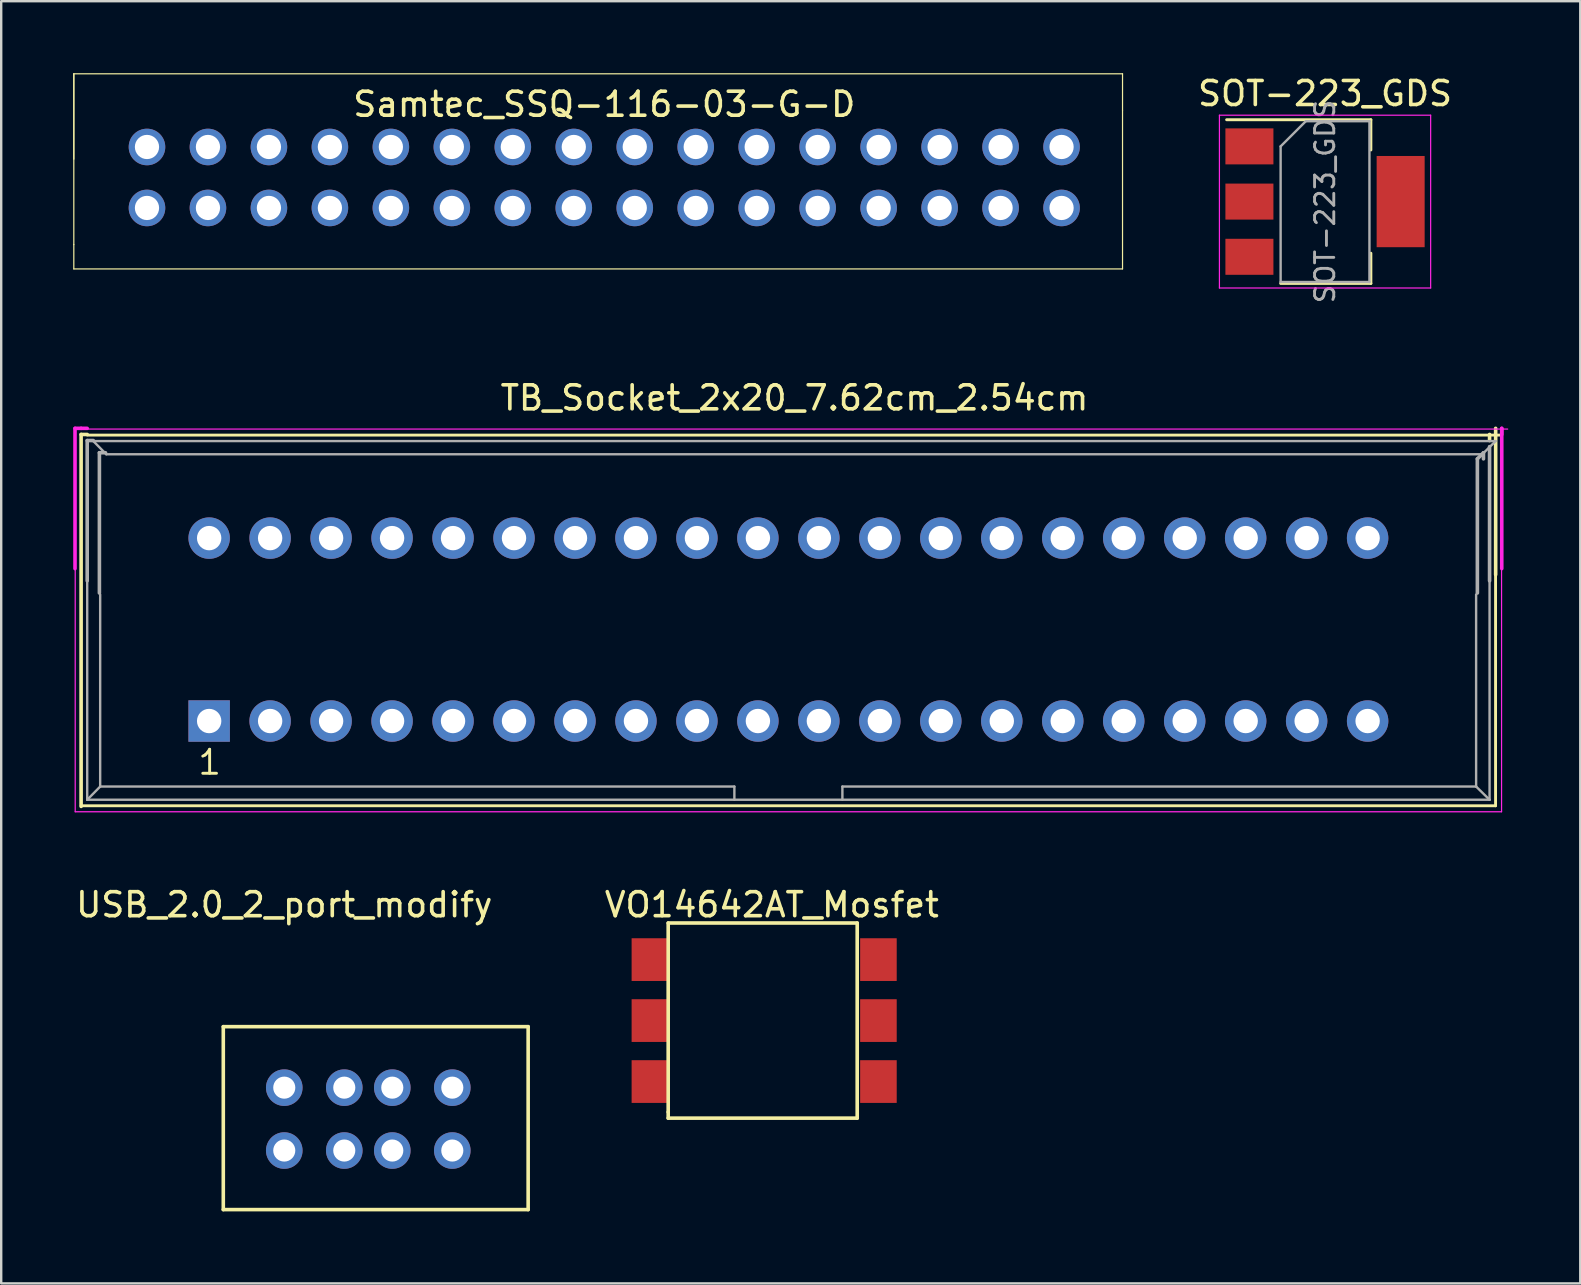
<source format=kicad_pcb>
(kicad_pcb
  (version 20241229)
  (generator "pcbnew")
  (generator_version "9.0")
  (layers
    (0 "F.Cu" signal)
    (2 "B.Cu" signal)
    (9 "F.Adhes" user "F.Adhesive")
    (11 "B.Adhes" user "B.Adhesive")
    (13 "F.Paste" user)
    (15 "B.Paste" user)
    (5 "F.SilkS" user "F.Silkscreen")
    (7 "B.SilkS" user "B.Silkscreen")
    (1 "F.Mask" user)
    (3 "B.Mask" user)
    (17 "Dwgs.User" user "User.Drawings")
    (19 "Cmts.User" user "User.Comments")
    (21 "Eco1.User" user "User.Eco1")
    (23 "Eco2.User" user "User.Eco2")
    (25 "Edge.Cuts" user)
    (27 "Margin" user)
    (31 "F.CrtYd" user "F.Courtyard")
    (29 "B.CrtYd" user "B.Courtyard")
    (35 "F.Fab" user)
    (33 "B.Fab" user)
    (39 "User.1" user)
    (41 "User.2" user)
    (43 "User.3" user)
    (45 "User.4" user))
  (footprint "TB_Socket_2x20_7.62cm_2.54cm"
    (layer "F.Cu")
    (at 5.663 26.987)
    (property "Reference" "TB_Socket_2x20_7.62cm_2.54cm" (at 24.384 -13.462 0) (layer "F.SilkS") (effects (font (size 1 1) (thickness 0.15))))
    (attr through_hole)
    (fp_line (start -5.334 -11.938) (end -5.08 -11.938) (stroke (width 0.15) (type solid)) (layer "F.SilkS"))
    (fp_line (start -5.334 3.556) (end -5.334 -11.938) (stroke (width 0.15) (type solid)) (layer "F.SilkS"))
    (fp_line (start -5.076 -11.912) (end 53.844 -11.912) (stroke (width 0.12) (type solid)) (layer "F.SilkS"))
    (fp_line (start 53.34 -11.938) (end 53.34 -11.684) (stroke (width 0.15) (type solid)) (layer "F.SilkS"))
    (fp_line (start 53.59 -6.07) (end 53.59 3.53) (stroke (width 0.12) (type solid)) (layer "F.SilkS"))
    (fp_line (start 53.59 3.53) (end -5.33 3.53) (stroke (width 0.12) (type solid)) (layer "F.SilkS"))
    (fp_line (start 53.594 -6.096) (end 53.594 -12.192) (stroke (width 0.15) (type solid)) (layer "F.SilkS"))
    (fp_line (start -5.588 -12.192) (end -5.334 -12.192) (stroke (width 0.15) (type solid)) (layer "F.CrtYd"))
    (fp_line (start -5.588 -6.35) (end -5.588 -12.192) (stroke (width 0.15) (type solid)) (layer "F.CrtYd"))
    (fp_line (start -5.58 3.78) (end -5.58 -6.32) (stroke (width 0.05) (type solid)) (layer "F.CrtYd"))
    (fp_line (start -5.334 -12.192) (end -5.08 -12.192) (stroke (width 0.15) (type solid)) (layer "F.CrtYd"))
    (fp_line (start -5.326 -12.162) (end 54.094 -12.162) (stroke (width 0.05) (type solid)) (layer "F.CrtYd"))
    (fp_line (start 53.84 -6.32) (end 53.84 3.78) (stroke (width 0.05) (type solid)) (layer "F.CrtYd"))
    (fp_line (start 53.84 3.78) (end -5.58 3.78) (stroke (width 0.05) (type solid)) (layer "F.CrtYd"))
    (fp_line (start 53.848 -12.192) (end 53.848 -11.938) (stroke (width 0.15) (type solid)) (layer "F.CrtYd"))
    (fp_line (start 53.848 -6.35) (end 53.848 -12.192) (stroke (width 0.15) (type solid)) (layer "F.CrtYd"))
    (fp_line (start -5.08 -11.684) (end -4.826 -11.684) (stroke (width 0.15) (type solid)) (layer "F.Fab"))
    (fp_line (start -5.08 -5.842) (end -5.08 -11.684) (stroke (width 0.15) (type solid)) (layer "F.Fab"))
    (fp_line (start -5.08 -5.82) (end -5.08 3.28) (stroke (width 0.1) (type solid)) (layer "F.Fab"))
    (fp_line (start -5.08 3.28) (end -4.54 2.73) (stroke (width 0.1) (type solid)) (layer "F.Fab"))
    (fp_line (start -5.08 3.28) (end 53.34 3.28) (stroke (width 0.1) (type solid)) (layer "F.Fab"))
    (fp_line (start -4.826 -11.662) (end -4.286 -11.112) (stroke (width 0.1) (type solid)) (layer "F.Fab"))
    (fp_line (start -4.826 -11.662) (end 53.594 -11.662) (stroke (width 0.1) (type solid)) (layer "F.Fab"))
    (fp_line (start -4.572 -11.176) (end -4.318 -11.176) (stroke (width 0.15) (type solid)) (layer "F.Fab"))
    (fp_line (start -4.572 -5.334) (end -4.572 -11.176) (stroke (width 0.15) (type solid)) (layer "F.Fab"))
    (fp_line (start -4.54 -5.27) (end -4.54 2.73) (stroke (width 0.1) (type solid)) (layer "F.Fab"))
    (fp_line (start -4.54 2.73) (end 21.88 2.73) (stroke (width 0.1) (type solid)) (layer "F.Fab"))
    (fp_line (start -4.286 -11.112) (end 53.034 -11.112) (stroke (width 0.1) (type solid)) (layer "F.Fab"))
    (fp_line (start 21.88 2.73) (end 21.88 3.28) (stroke (width 0.1) (type solid)) (layer "F.Fab"))
    (fp_line (start 26.38 2.73) (end 26.38 3.28) (stroke (width 0.1) (type solid)) (layer "F.Fab"))
    (fp_line (start 26.38 2.73) (end 52.78 2.73) (stroke (width 0.1) (type solid)) (layer "F.Fab"))
    (fp_line (start 52.78 -5.27) (end 52.78 2.73) (stroke (width 0.1) (type solid)) (layer "F.Fab"))
    (fp_line (start 52.832 -10.922) (end 53.086 -11.176) (stroke (width 0.15) (type solid)) (layer "F.Fab"))
    (fp_line (start 52.832 -5.334) (end 52.832 -10.922) (stroke (width 0.15) (type solid)) (layer "F.Fab"))
    (fp_line (start 53.086 -11.176) (end 53.086 -10.922) (stroke (width 0.15) (type solid)) (layer "F.Fab"))
    (fp_line (start 53.34 -5.842) (end 53.34 -11.43) (stroke (width 0.15) (type solid)) (layer "F.Fab"))
    (fp_line (start 53.34 -5.82) (end 53.34 3.28) (stroke (width 0.1) (type solid)) (layer "F.Fab"))
    (fp_line (start 53.34 3.28) (end 52.78 2.73) (stroke (width 0.1) (type solid)) (layer "F.Fab"))
    (fp_line (start 53.594 -11.662) (end 53.034 -11.112) (stroke (width 0.1) (type solid)) (layer "F.Fab"))
    (fp_text user "1" (at 0.02 1.72 0) (layer "F.SilkS") (effects (font (size 1 1) (thickness 0.12))))
    (pad "1" thru_hole rect (at 0 0) (size 1.727 1.727) (drill 1.016) (layers "*.Cu" "*.Mask"))
    (pad "2" thru_hole oval (at 0 -7.62) (size 1.727 1.727) (drill 1.016) (layers "*.Cu" "*.Mask"))
    (pad "3" thru_hole oval (at 2.54 0) (size 1.727 1.727) (drill 1.016) (layers "*.Cu" "*.Mask"))
    (pad "4" thru_hole oval (at 2.54 -7.62) (size 1.727 1.727) (drill 1.016) (layers "*.Cu" "*.Mask"))
    (pad "5" thru_hole oval (at 5.08 0) (size 1.727 1.727) (drill 1.016) (layers "*.Cu" "*.Mask"))
    (pad "6" thru_hole oval (at 5.08 -7.62) (size 1.727 1.727) (drill 1.016) (layers "*.Cu" "*.Mask"))
    (pad "7" thru_hole oval (at 7.62 0) (size 1.727 1.727) (drill 1.016) (layers "*.Cu" "*.Mask"))
    (pad "8" thru_hole oval (at 7.62 -7.62) (size 1.727 1.727) (drill 1.016) (layers "*.Cu" "*.Mask"))
    (pad "9" thru_hole oval (at 10.16 0) (size 1.727 1.727) (drill 1.016) (layers "*.Cu" "*.Mask"))
    (pad "10" thru_hole oval (at 10.16 -7.62) (size 1.727 1.727) (drill 1.016) (layers "*.Cu" "*.Mask"))
    (pad "11" thru_hole oval (at 12.7 0) (size 1.727 1.727) (drill 1.016) (layers "*.Cu" "*.Mask"))
    (pad "12" thru_hole oval (at 12.7 -7.62) (size 1.727 1.727) (drill 1.016) (layers "*.Cu" "*.Mask"))
    (pad "13" thru_hole oval (at 15.24 0) (size 1.727 1.727) (drill 1.016) (layers "*.Cu" "*.Mask"))
    (pad "14" thru_hole oval (at 15.24 -7.62) (size 1.727 1.727) (drill 1.016) (layers "*.Cu" "*.Mask"))
    (pad "15" thru_hole oval (at 17.78 0) (size 1.727 1.727) (drill 1.016) (layers "*.Cu" "*.Mask"))
    (pad "16" thru_hole oval (at 17.78 -7.62) (size 1.727 1.727) (drill 1.016) (layers "*.Cu" "*.Mask"))
    (pad "17" thru_hole oval (at 20.32 0) (size 1.727 1.727) (drill 1.016) (layers "*.Cu" "*.Mask"))
    (pad "18" thru_hole oval (at 20.32 -7.62) (size 1.727 1.727) (drill 1.016) (layers "*.Cu" "*.Mask"))
    (pad "19" thru_hole oval (at 22.86 0) (size 1.727 1.727) (drill 1.016) (layers "*.Cu" "*.Mask"))
    (pad "20" thru_hole oval (at 22.86 -7.62) (size 1.727 1.727) (drill 1.016) (layers "*.Cu" "*.Mask"))
    (pad "21" thru_hole oval (at 25.4 0) (size 1.727 1.727) (drill 1.016) (layers "*.Cu" "*.Mask"))
    (pad "22" thru_hole oval (at 25.4 -7.62) (size 1.727 1.727) (drill 1.016) (layers "*.Cu" "*.Mask"))
    (pad "23" thru_hole oval (at 27.94 0) (size 1.727 1.727) (drill 1.016) (layers "*.Cu" "*.Mask"))
    (pad "24" thru_hole oval (at 27.94 -7.62) (size 1.727 1.727) (drill 1.016) (layers "*.Cu" "*.Mask"))
    (pad "25" thru_hole oval (at 30.48 0) (size 1.727 1.727) (drill 1.016) (layers "*.Cu" "*.Mask"))
    (pad "26" thru_hole oval (at 30.48 -7.62) (size 1.727 1.727) (drill 1.016) (layers "*.Cu" "*.Mask"))
    (pad "27" thru_hole oval (at 33.02 0) (size 1.727 1.727) (drill 1.016) (layers "*.Cu" "*.Mask"))
    (pad "28" thru_hole oval (at 33.02 -7.62) (size 1.727 1.727) (drill 1.016) (layers "*.Cu" "*.Mask"))
    (pad "29" thru_hole oval (at 35.56 0) (size 1.727 1.727) (drill 1.016) (layers "*.Cu" "*.Mask"))
    (pad "30" thru_hole oval (at 35.56 -7.62) (size 1.727 1.727) (drill 1.016) (layers "*.Cu" "*.Mask"))
    (pad "31" thru_hole oval (at 38.1 0) (size 1.727 1.727) (drill 1.016) (layers "*.Cu" "*.Mask"))
    (pad "32" thru_hole oval (at 38.1 -7.62) (size 1.727 1.727) (drill 1.016) (layers "*.Cu" "*.Mask"))
    (pad "33" thru_hole oval (at 40.64 0) (size 1.727 1.727) (drill 1.016) (layers "*.Cu" "*.Mask"))
    (pad "34" thru_hole oval (at 40.64 -7.62) (size 1.727 1.727) (drill 1.016) (layers "*.Cu" "*.Mask"))
    (pad "35" thru_hole oval (at 43.18 0) (size 1.727 1.727) (drill 1.016) (layers "*.Cu" "*.Mask"))
    (pad "36" thru_hole oval (at 43.18 -7.62) (size 1.727 1.727) (drill 1.016) (layers "*.Cu" "*.Mask"))
    (pad "37" thru_hole oval (at 45.72 0) (size 1.727 1.727) (drill 1.016) (layers "*.Cu" "*.Mask"))
    (pad "38" thru_hole oval (at 45.72 -7.62) (size 1.727 1.727) (drill 1.016) (layers "*.Cu" "*.Mask"))
    (pad "39" thru_hole oval (at 48.26 0) (size 1.727 1.727) (drill 1.016) (layers "*.Cu" "*.Mask"))
    (pad "40" thru_hole oval (at 48.26 -7.62) (size 1.727 1.727) (drill 1.016) (layers "*.Cu" "*.Mask")))
  (footprint "USB_2.0_2_port_modify"
    (layer "F.Cu")
    (at 8.792 42.26)
    (property "Reference" "USB_2.0_2_port_modify" (at 0 -7.62 0) (layer "F.SilkS") (effects (font (size 1 1) (thickness 0.15))))
    (attr through_hole)
    (fp_line (start -2.54 -2.54) (end 10.16 -2.54) (stroke (width 0.15) (type solid)) (layer "F.SilkS"))
    (fp_line (start -2.54 5.08) (end -2.54 -2.54) (stroke (width 0.15) (type solid)) (layer "F.SilkS"))
    (fp_line (start 10.16 -2.54) (end 10.16 5.08) (stroke (width 0.15) (type solid)) (layer "F.SilkS"))
    (fp_line (start 10.16 5.08) (end -2.54 5.08) (stroke (width 0.15) (type solid)) (layer "F.SilkS"))
    (pad "1" thru_hole circle (at 0 2.62) (size 1.524 1.524) (drill 0.92) (layers "*.Cu" "*.Mask"))
    (pad "2" thru_hole circle (at 0 0) (size 1.524 1.524) (drill 0.92) (layers "*.Cu" "*.Mask"))
    (pad "3" thru_hole circle (at 2.5 2.62) (size 1.524 1.524) (drill 0.92) (layers "*.Cu" "*.Mask"))
    (pad "4" thru_hole circle (at 2.5 0) (size 1.524 1.524) (drill 0.92) (layers "*.Cu" "*.Mask"))
    (pad "5" thru_hole circle (at 4.5 2.62) (size 1.524 1.524) (drill 0.92) (layers "*.Cu" "*.Mask"))
    (pad "6" thru_hole circle (at 4.5 0) (size 1.524 1.524) (drill 0.92) (layers "*.Cu" "*.Mask"))
    (pad "7" thru_hole circle (at 7 2.62) (size 1.524 1.524) (drill 0.92) (layers "*.Cu" "*.Mask"))
    (pad "8" thru_hole circle (at 7 0) (size 1.524 1.524) (drill 0.92) (layers "*.Cu" "*.Mask")))
  (footprint "VO14642AT_Mosfet"
    (layer "F.Cu")
    (at 24.024 36.926)
    (property "Reference" "VO14642AT_Mosfet" (at 5.08 -2.286 0) (layer "F.SilkS") (effects (font (size 1 1) (thickness 0.15))))
    (attr through_hole)
    (fp_line (start 0.762 -1.524) (end 0.762 6.35) (stroke (width 0.15) (type solid)) (layer "F.SilkS"))
    (fp_line (start 0.762 -1.524) (end 8.636 -1.524) (stroke (width 0.15) (type solid)) (layer "F.SilkS"))
    (fp_line (start 0.762 6.35) (end 0.762 6.604) (stroke (width 0.15) (type solid)) (layer "F.SilkS"))
    (fp_line (start 8.636 -1.524) (end 8.636 6.604) (stroke (width 0.15) (type solid)) (layer "F.SilkS"))
    (fp_line (start 8.636 6.604) (end 0.762 6.604) (stroke (width 0.15) (type solid)) (layer "F.SilkS"))
    (pad "1" smd rect (at 0 0) (size 1.524 1.78) (layers "F.Cu" "F.Mask" "F.Paste"))
    (pad "2" smd rect (at 0 2.54) (size 1.524 1.78) (layers "F.Cu" "F.Mask" "F.Paste"))
    (pad "3" smd rect (at 0 5.08) (size 1.524 1.78) (layers "F.Cu" "F.Mask" "F.Paste"))
    (pad "4" smd rect (at 9.52 5.08) (size 1.524 1.78) (layers "F.Cu" "F.Mask" "F.Paste"))
    (pad "5" smd rect (at 9.52 2.54) (size 1.524 1.78) (layers "F.Cu" "F.Mask" "F.Paste"))
    (pad "6" smd rect (at 9.52 0) (size 1.524 1.78) (layers "F.Cu" "F.Mask" "F.Paste")))
  (footprint "SOT-223_GDS"
    (layer "F.Cu")
    (at 52.149 5.348)
    (property "Reference" "SOT-223_GDS" (at 0 -4.5 0) (layer "F.SilkS") (effects (font (size 1 1) (thickness 0.15))))
    (attr smd)
    (fp_line (start -4.1 -3.41) (end 1.91 -3.41) (stroke (width 0.12) (type solid)) (layer "F.SilkS"))
    (fp_line (start -1.85 3.41) (end 1.91 3.41) (stroke (width 0.12) (type solid)) (layer "F.SilkS"))
    (fp_line (start 1.91 -3.41) (end 1.91 -2.15) (stroke (width 0.12) (type solid)) (layer "F.SilkS"))
    (fp_line (start 1.91 3.41) (end 1.91 2.15) (stroke (width 0.12) (type solid)) (layer "F.SilkS"))
    (fp_line (start -4.4 -3.6) (end -4.4 3.6) (stroke (width 0.05) (type solid)) (layer "F.CrtYd"))
    (fp_line (start -4.4 3.6) (end 4.4 3.6) (stroke (width 0.05) (type solid)) (layer "F.CrtYd"))
    (fp_line (start 4.4 -3.6) (end -4.4 -3.6) (stroke (width 0.05) (type solid)) (layer "F.CrtYd"))
    (fp_line (start 4.4 3.6) (end 4.4 -3.6) (stroke (width 0.05) (type solid)) (layer "F.CrtYd"))
    (fp_line (start -1.85 -2.3) (end -1.85 3.35) (stroke (width 0.1) (type solid)) (layer "F.Fab"))
    (fp_line (start -1.85 -2.3) (end -0.8 -3.35) (stroke (width 0.1) (type solid)) (layer "F.Fab"))
    (fp_line (start -1.85 3.35) (end 1.85 3.35) (stroke (width 0.1) (type solid)) (layer "F.Fab"))
    (fp_line (start -0.8 -3.35) (end 1.85 -3.35) (stroke (width 0.1) (type solid)) (layer "F.Fab"))
    (fp_line (start 1.85 -3.35) (end 1.85 3.35) (stroke (width 0.1) (type solid)) (layer "F.Fab"))
    (fp_text user "${REFERENCE}" (at 0 0 90) (layer "F.Fab") (effects (font (size 0.8 0.8) (thickness 0.12))))
    (pad "" smd rect (at -3.15 0) (size 2 1.5) (layers "F.Cu" "F.Mask" "F.Paste"))
    (pad "1" smd rect (at -3.15 -2.3) (size 2 1.5) (layers "F.Cu" "F.Mask" "F.Paste"))
    (pad "2" smd rect (at 3.15 0) (size 2 3.8) (layers "F.Cu" "F.Mask" "F.Paste"))
    (pad "3" smd rect (at -3.15 2.3) (size 2 1.5) (layers "F.Cu" "F.Mask" "F.Paste")))
  (footprint "Samtec_SSQ-116-03-G-D"
    (layer "F.Cu")
    (at 22.123 4.343)
    (property "Reference" "Samtec_SSQ-116-03-G-D" (at 0 -3.048 0) (layer "F.SilkS") (effects (font (size 1 1) (thickness 0.15))))
    (attr through_hole)
    (fp_line (start -22.098 -4.318) (end -22.098 2.794) (stroke (width 0.05) (type solid)) (layer "F.SilkS"))
    (fp_line (start -22.098 -0.762) (end -22.098 -4.318) (stroke (width 0.05) (type solid)) (layer "F.SilkS"))
    (fp_line (start -22.098 2.794) (end -22.098 3.81) (stroke (width 0.05) (type solid)) (layer "F.SilkS"))
    (fp_line (start -22.098 3.81) (end 21.59 3.81) (stroke (width 0.05) (type solid)) (layer "F.SilkS"))
    (fp_line (start 21.59 -4.318) (end -22.098 -4.318) (stroke (width 0.05) (type solid)) (layer "F.SilkS"))
    (fp_line (start 21.59 -2.794) (end 21.59 -4.318) (stroke (width 0.05) (type solid)) (layer "F.SilkS"))
    (fp_line (start 21.59 3.81) (end 21.59 -2.794) (stroke (width 0.05) (type solid)) (layer "F.SilkS"))
    (pad "1" thru_hole circle (at -19.05 -1.27) (size 1.524 1.524) (drill 1.01) (layers "*.Cu" "*.Mask"))
    (pad "2" thru_hole circle (at -19.05 1.27) (size 1.524 1.524) (drill 1.01) (layers "*.Cu" "*.Mask"))
    (pad "3" thru_hole circle (at -16.51 -1.27) (size 1.524 1.524) (drill 1.01) (layers "*.Cu" "*.Mask"))
    (pad "4" thru_hole circle (at -16.51 1.27) (size 1.524 1.524) (drill 1.01) (layers "*.Cu" "*.Mask"))
    (pad "5" thru_hole circle (at -13.97 -1.27) (size 1.524 1.524) (drill 1.01) (layers "*.Cu" "*.Mask"))
    (pad "6" thru_hole circle (at -13.97 1.27) (size 1.524 1.524) (drill 1.01) (layers "*.Cu" "*.Mask"))
    (pad "7" thru_hole circle (at -11.43 -1.27) (size 1.524 1.524) (drill 1.01) (layers "*.Cu" "*.Mask"))
    (pad "8" thru_hole circle (at -11.43 1.27) (size 1.524 1.524) (drill 1.01) (layers "*.Cu" "*.Mask"))
    (pad "9" thru_hole circle (at -8.89 -1.27) (size 1.524 1.524) (drill 1.01) (layers "*.Cu" "*.Mask"))
    (pad "10" thru_hole circle (at -8.89 1.27) (size 1.524 1.524) (drill 1.01) (layers "*.Cu" "*.Mask"))
    (pad "11" thru_hole circle (at -6.35 -1.27) (size 1.524 1.524) (drill 1.01) (layers "*.Cu" "*.Mask"))
    (pad "12" thru_hole circle (at -6.35 1.27) (size 1.524 1.524) (drill 1.01) (layers "*.Cu" "*.Mask"))
    (pad "13" thru_hole circle (at -3.81 -1.27) (size 1.524 1.524) (drill 1.01) (layers "*.Cu" "*.Mask"))
    (pad "14" thru_hole circle (at -3.81 1.27) (size 1.524 1.524) (drill 1.01) (layers "*.Cu" "*.Mask"))
    (pad "15" thru_hole circle (at -1.27 -1.27) (size 1.524 1.524) (drill 1.01) (layers "*.Cu" "*.Mask"))
    (pad "16" thru_hole circle (at -1.27 1.27) (size 1.524 1.524) (drill 1.01) (layers "*.Cu" "*.Mask"))
    (pad "17" thru_hole circle (at 1.27 -1.27) (size 1.524 1.524) (drill 1.01) (layers "*.Cu" "*.Mask"))
    (pad "18" thru_hole circle (at 1.27 1.27) (size 1.524 1.524) (drill 1.01) (layers "*.Cu" "*.Mask"))
    (pad "19" thru_hole circle (at 3.81 -1.27) (size 1.524 1.524) (drill 1.01) (layers "*.Cu" "*.Mask"))
    (pad "20" thru_hole circle (at 3.81 1.27) (size 1.524 1.524) (drill 1.01) (layers "*.Cu" "*.Mask"))
    (pad "21" thru_hole circle (at 6.35 -1.27) (size 1.524 1.524) (drill 1.01) (layers "*.Cu" "*.Mask"))
    (pad "22" thru_hole circle (at 6.35 1.27) (size 1.524 1.524) (drill 1.01) (layers "*.Cu" "*.Mask"))
    (pad "23" thru_hole circle (at 8.89 -1.27) (size 1.524 1.524) (drill 1.01) (layers "*.Cu" "*.Mask"))
    (pad "24" thru_hole circle (at 8.89 1.27) (size 1.524 1.524) (drill 1.01) (layers "*.Cu" "*.Mask"))
    (pad "25" thru_hole circle (at 11.43 -1.27) (size 1.524 1.524) (drill 1.01) (layers "*.Cu" "*.Mask"))
    (pad "26" thru_hole circle (at 11.43 1.27) (size 1.524 1.524) (drill 1.01) (layers "*.Cu" "*.Mask"))
    (pad "27" thru_hole circle (at 13.97 -1.27) (size 1.524 1.524) (drill 1.01) (layers "*.Cu" "*.Mask"))
    (pad "28" thru_hole circle (at 13.97 1.27) (size 1.524 1.524) (drill 1.01) (layers "*.Cu" "*.Mask"))
    (pad "29" thru_hole circle (at 16.51 -1.27) (size 1.524 1.524) (drill 1.01) (layers "*.Cu" "*.Mask"))
    (pad "30" thru_hole circle (at 16.51 1.27) (size 1.524 1.524) (drill 1.01) (layers "*.Cu" "*.Mask"))
    (pad "31" thru_hole circle (at 19.05 -1.27) (size 1.524 1.524) (drill 1.01) (layers "*.Cu" "*.Mask"))
    (pad "32" thru_hole circle (at 19.05 1.27) (size 1.524 1.524) (drill 1.01) (layers "*.Cu" "*.Mask")))
  (gr_rect
    (start -3 -3)
    (end 62.782 50.415)
    (stroke (width 0.1) (type default))
    (fill no)
    (layer "Edge.Cuts")))
</source>
